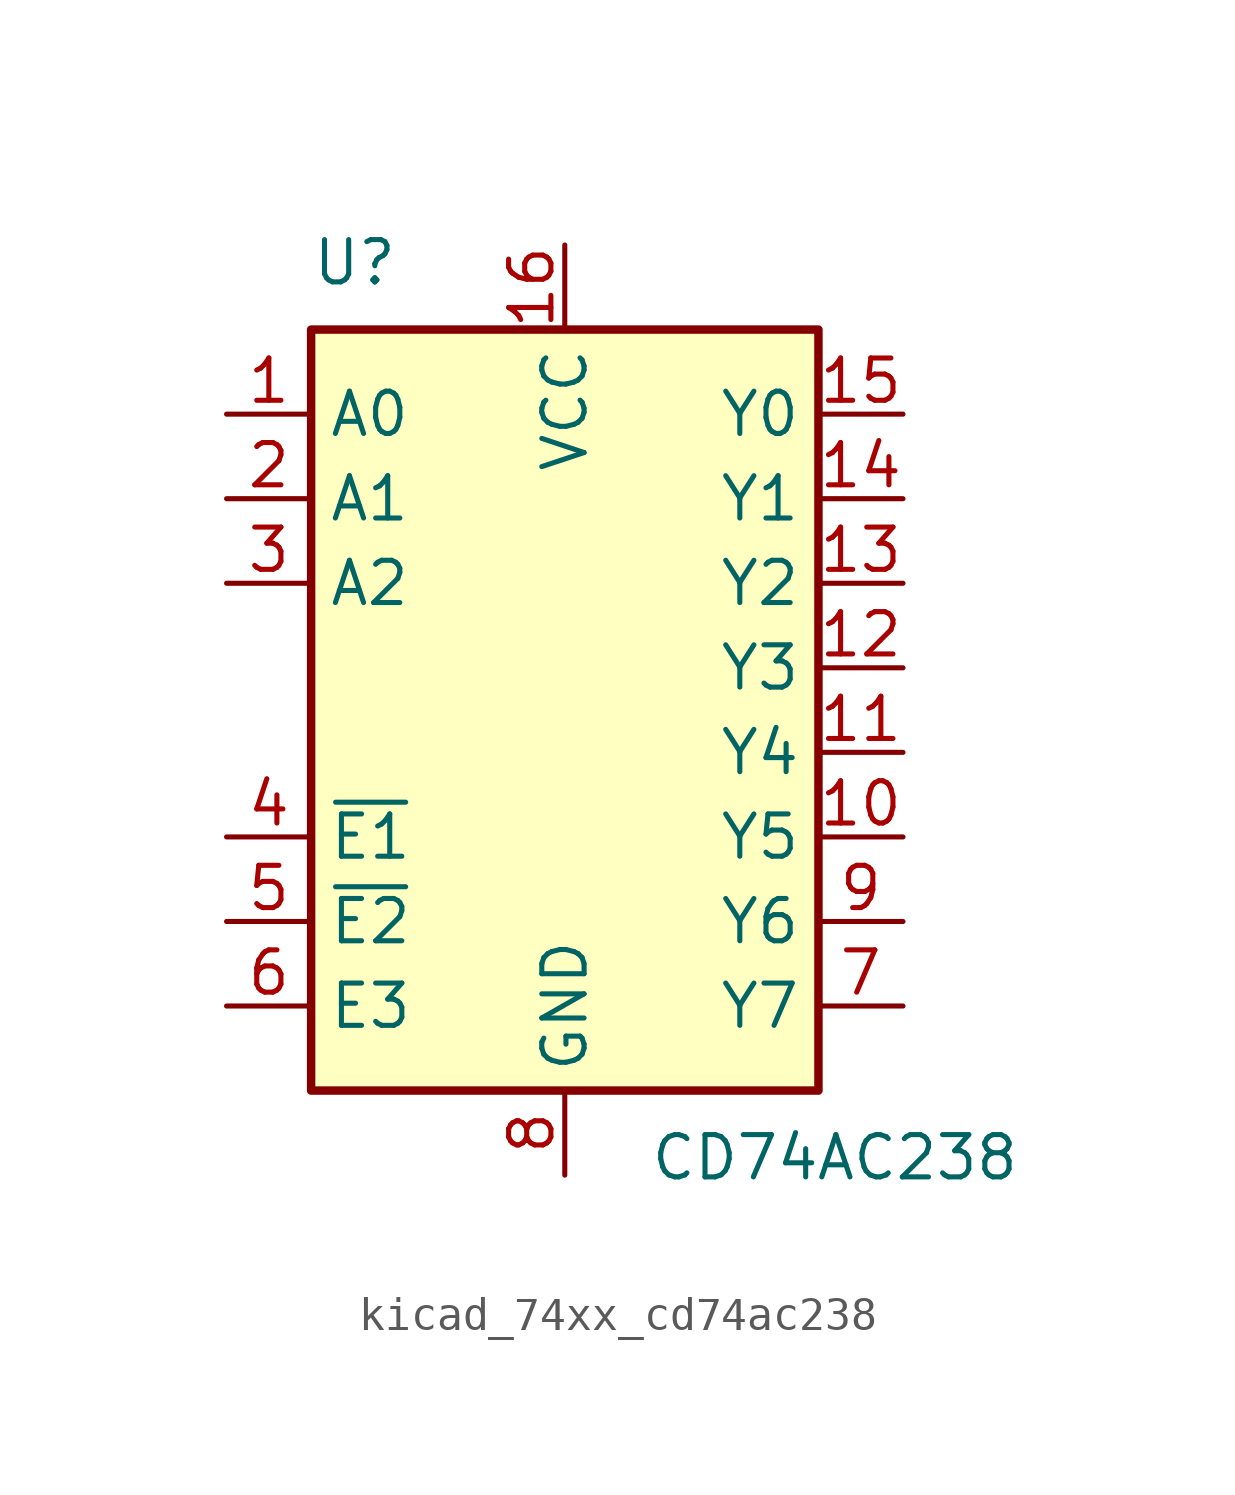
<source format=kicad_sym>
(kicad_symbol_lib
  (version 20220914)
  (generator kicad_symbol_editor)
  (symbol "kicad_74xx_cd74ac238"
    (property "Reference" "U"
      (at -7.62 13.97 0)
      (effects (font (size 1.27 1.27)) (justify left bottom)))
    (property "Value" "CD74AC238"
      (at 2.54 -11.43 0)
      (effects (font (size 1.27 1.27)) (justify left top)))
    (symbol "kicad_74xx_cd74ac238_0_1"
      (rectangle (start -7.62 12.7) (end 7.62 -10.16) (stroke (width 0.254) (type default)) (fill (type background))))
    (symbol "kicad_74xx_cd74ac238_1_1"
      (pin input line (at -10.16 10.16 0) (length 2.54) (name "A0" (effects (font (size 1.27 1.27)))) (number "1" (effects (font (size 1.27 1.27)))))
      (pin output line (at 10.16 -2.54 180) (length 2.54) (name "Y5" (effects (font (size 1.27 1.27)))) (number "10" (effects (font (size 1.27 1.27)))))
      (pin output line (at 10.16 0 180) (length 2.54) (name "Y4" (effects (font (size 1.27 1.27)))) (number "11" (effects (font (size 1.27 1.27)))))
      (pin output line (at 10.16 2.54 180) (length 2.54) (name "Y3" (effects (font (size 1.27 1.27)))) (number "12" (effects (font (size 1.27 1.27)))))
      (pin output line (at 10.16 5.08 180) (length 2.54) (name "Y2" (effects (font (size 1.27 1.27)))) (number "13" (effects (font (size 1.27 1.27)))))
      (pin output line (at 10.16 7.62 180) (length 2.54) (name "Y1" (effects (font (size 1.27 1.27)))) (number "14" (effects (font (size 1.27 1.27)))))
      (pin output line (at 10.16 10.16 180) (length 2.54) (name "Y0" (effects (font (size 1.27 1.27)))) (number "15" (effects (font (size 1.27 1.27)))))
      (pin power_in line (at 0 15.24 270) (length 2.54) (name "VCC" (effects (font (size 1.27 1.27)))) (number "16" (effects (font (size 1.27 1.27)))))
      (pin input line (at -10.16 7.62 0) (length 2.54) (name "A1" (effects (font (size 1.27 1.27)))) (number "2" (effects (font (size 1.27 1.27)))))
      (pin input line (at -10.16 5.08 0) (length 2.54) (name "A2" (effects (font (size 1.27 1.27)))) (number "3" (effects (font (size 1.27 1.27)))))
      (pin input line (at -10.16 -2.54 0) (length 2.54) (name "~{E1}" (effects (font (size 1.27 1.27)))) (number "4" (effects (font (size 1.27 1.27)))))
      (pin input line (at -10.16 -5.08 0) (length 2.54) (name "~{E2}" (effects (font (size 1.27 1.27)))) (number "5" (effects (font (size 1.27 1.27)))))
      (pin input line (at -10.16 -7.62 0) (length 2.54) (name "E3" (effects (font (size 1.27 1.27)))) (number "6" (effects (font (size 1.27 1.27)))))
      (pin output line (at 10.16 -7.62 180) (length 2.54) (name "Y7" (effects (font (size 1.27 1.27)))) (number "7" (effects (font (size 1.27 1.27)))))
      (pin power_in line (at 0 -12.7 90) (length 2.54) (name "GND" (effects (font (size 1.27 1.27)))) (number "8" (effects (font (size 1.27 1.27)))))
      (pin output line (at 10.16 -5.08 180) (length 2.54) (name "Y6" (effects (font (size 1.27 1.27)))) (number "9" (effects (font (size 1.27 1.27))))))))
</source>
